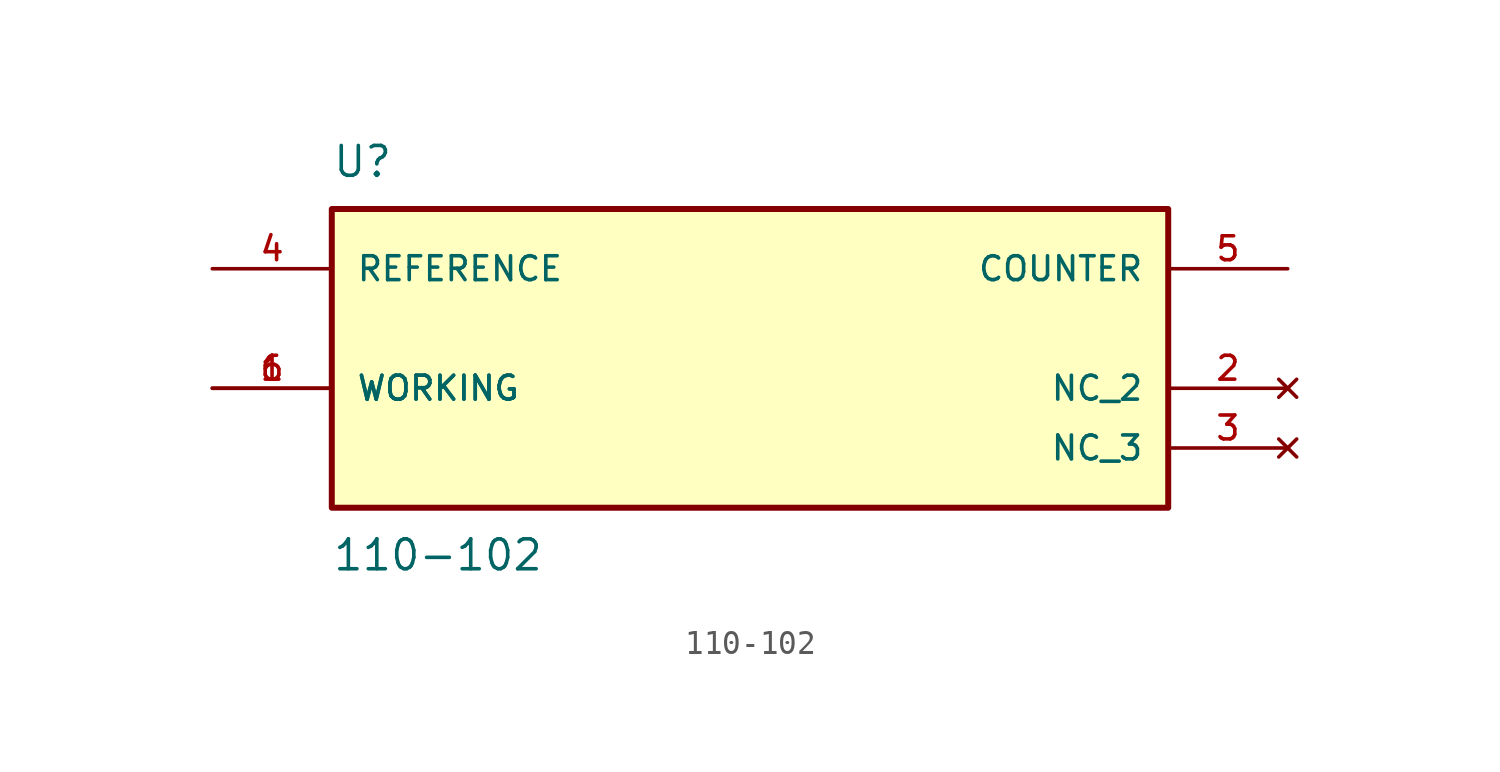
<source format=kicad_sym>
(kicad_symbol_lib
  (version 20211014)
  (generator kicad_symbol_editor)
  (symbol "110-102"
    (pin_names
      (offset 1.016))
    (property "Reference" "U"
      (at -17.78 6.35 0)
      (effects (font (size 1.27 1.27)) (justify bottom left)))
    (property "Value" "110-102"
      (at -17.78 -8.89 0)
      (effects (font (size 1.27 1.27)) (justify top left)))
    (symbol "110-102_0_0"
      (rectangle (start -17.78 -7.62) (end 17.78 5.08) (stroke (width 0.254)) (fill (type background)))
      (pin bidirectional line (at 22.86 2.54 180.0) (length 5.08) (name "COUNTER" (effects (font (size 1.016 1.016)))) (number "5" (effects (font (size 1.016 1.016)))))
      (pin input line (at -22.86 2.54 0) (length 5.08) (name "REFERENCE" (effects (font (size 1.016 1.016)))) (number "4" (effects (font (size 1.016 1.016)))))
      (pin bidirectional line (at -22.86 -2.54 0) (length 5.08) (name "WORKING" (effects (font (size 1.016 1.016)))) (number "1" (effects (font (size 1.016 1.016)))))
      (pin bidirectional line (at -22.86 -2.54 0) (length 5.08) (name "WORKING" (effects (font (size 1.016 1.016)))) (number "6" (effects (font (size 1.016 1.016)))))
      (pin no_connect line (at 22.86 -2.54 180.0) (length 5.08) (name "NC_2" (effects (font (size 1.016 1.016)))) (number "2" (effects (font (size 1.016 1.016)))))
      (pin no_connect line (at 22.86 -5.08 180.0) (length 5.08) (name "NC_3" (effects (font (size 1.016 1.016)))) (number "3" (effects (font (size 1.016 1.016))))))))
</source>
